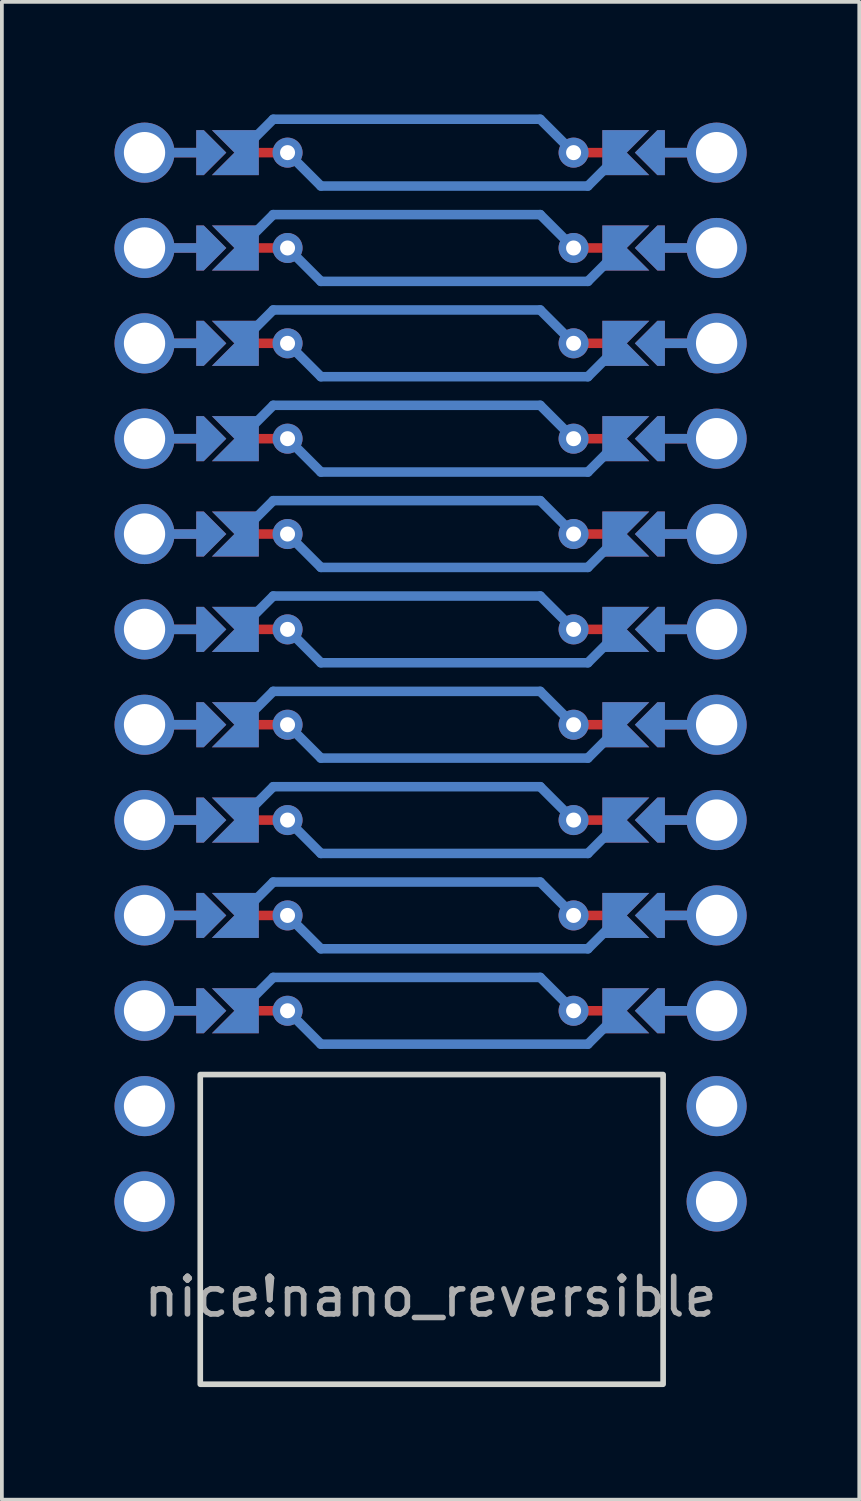
<source format=kicad_pcb>
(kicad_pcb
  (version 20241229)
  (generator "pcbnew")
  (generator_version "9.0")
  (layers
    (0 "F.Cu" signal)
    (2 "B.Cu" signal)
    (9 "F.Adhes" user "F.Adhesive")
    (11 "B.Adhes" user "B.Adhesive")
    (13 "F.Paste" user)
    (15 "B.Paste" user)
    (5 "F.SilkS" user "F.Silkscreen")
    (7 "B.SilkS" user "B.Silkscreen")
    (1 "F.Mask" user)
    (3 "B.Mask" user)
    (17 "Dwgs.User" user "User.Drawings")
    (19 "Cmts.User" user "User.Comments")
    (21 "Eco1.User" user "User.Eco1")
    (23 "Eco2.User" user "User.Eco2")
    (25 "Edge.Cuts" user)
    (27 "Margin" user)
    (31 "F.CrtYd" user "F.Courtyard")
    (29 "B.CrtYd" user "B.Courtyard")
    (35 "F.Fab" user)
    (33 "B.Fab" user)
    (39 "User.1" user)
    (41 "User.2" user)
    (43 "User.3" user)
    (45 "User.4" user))
  (footprint "nice!nano_reversible"
    (layer "F.Cu")
    (at 8.395 13.695)
    (property "Reference" "nice!nano_reversible" (at 0.025 17.801 0) (layer "F.Fab") (effects (font (size 1 1) (thickness 0.15))))
    (attr through_hole)
    (fp_line (start -7.595 -12.679) (end -5.817 -12.679) (stroke (width 0.254) (type default)) (layer "F.Cu"))
    (fp_line (start -7.595 -10.139) (end -5.817 -10.139) (stroke (width 0.254) (type default)) (layer "F.Cu"))
    (fp_line (start -7.595 -7.599) (end -5.817 -7.599) (stroke (width 0.254) (type default)) (layer "F.Cu"))
    (fp_line (start -7.595 -5.059) (end -5.817 -5.059) (stroke (width 0.254) (type default)) (layer "F.Cu"))
    (fp_line (start -7.595 -2.519) (end -5.817 -2.519) (stroke (width 0.254) (type default)) (layer "F.Cu"))
    (fp_line (start -7.595 0.021) (end -5.817 0.021) (stroke (width 0.254) (type default)) (layer "F.Cu"))
    (fp_line (start -7.595 2.561) (end -5.817 2.561) (stroke (width 0.254) (type default)) (layer "F.Cu"))
    (fp_line (start -7.595 5.101) (end -5.817 5.101) (stroke (width 0.254) (type default)) (layer "F.Cu"))
    (fp_line (start -7.595 7.641) (end -5.817 7.641) (stroke (width 0.254) (type default)) (layer "F.Cu"))
    (fp_line (start -7.595 10.181) (end -5.817 10.181) (stroke (width 0.254) (type default)) (layer "F.Cu"))
    (fp_line (start -3.785 -12.679) (end -5.055 -12.679) (stroke (width 0.254) (type default)) (layer "F.Cu"))
    (fp_line (start -3.785 -10.139) (end -5.055 -10.139) (stroke (width 0.254) (type default)) (layer "F.Cu"))
    (fp_line (start -3.785 -7.599) (end -5.055 -7.599) (stroke (width 0.254) (type default)) (layer "F.Cu"))
    (fp_line (start -3.785 -5.059) (end -5.055 -5.059) (stroke (width 0.254) (type default)) (layer "F.Cu"))
    (fp_line (start -3.785 -2.519) (end -5.055 -2.519) (stroke (width 0.254) (type default)) (layer "F.Cu"))
    (fp_line (start -3.785 0.021) (end -5.055 0.021) (stroke (width 0.254) (type default)) (layer "F.Cu"))
    (fp_line (start -3.785 2.561) (end -5.055 2.561) (stroke (width 0.254) (type default)) (layer "F.Cu"))
    (fp_line (start -3.785 5.101) (end -5.055 5.101) (stroke (width 0.254) (type default)) (layer "F.Cu"))
    (fp_line (start -3.785 7.641) (end -5.055 7.641) (stroke (width 0.254) (type default)) (layer "F.Cu"))
    (fp_line (start -3.785 10.181) (end -5.055 10.181) (stroke (width 0.254) (type default)) (layer "F.Cu"))
    (fp_line (start 3.835 -12.679) (end 5.105 -12.679) (stroke (width 0.254) (type default)) (layer "F.Cu"))
    (fp_line (start 3.835 -10.139) (end 5.105 -10.139) (stroke (width 0.254) (type default)) (layer "F.Cu"))
    (fp_line (start 3.835 -7.599) (end 5.105 -7.599) (stroke (width 0.254) (type default)) (layer "F.Cu"))
    (fp_line (start 3.835 -5.059) (end 5.105 -5.059) (stroke (width 0.254) (type default)) (layer "F.Cu"))
    (fp_line (start 3.835 -2.519) (end 5.105 -2.519) (stroke (width 0.254) (type default)) (layer "F.Cu"))
    (fp_line (start 3.835 0.021) (end 5.105 0.021) (stroke (width 0.254) (type default)) (layer "F.Cu"))
    (fp_line (start 3.835 2.561) (end 5.105 2.561) (stroke (width 0.254) (type default)) (layer "F.Cu"))
    (fp_line (start 3.835 5.101) (end 5.105 5.101) (stroke (width 0.254) (type default)) (layer "F.Cu"))
    (fp_line (start 3.835 7.641) (end 5.105 7.641) (stroke (width 0.254) (type default)) (layer "F.Cu"))
    (fp_line (start 3.835 10.181) (end 5.105 10.181) (stroke (width 0.254) (type default)) (layer "F.Cu"))
    (fp_line (start 7.645 -12.679) (end 5.867 -12.679) (stroke (width 0.254) (type default)) (layer "F.Cu"))
    (fp_line (start 7.645 -10.139) (end 5.867 -10.139) (stroke (width 0.254) (type default)) (layer "F.Cu"))
    (fp_line (start 7.645 -7.599) (end 5.867 -7.599) (stroke (width 0.254) (type default)) (layer "F.Cu"))
    (fp_line (start 7.645 -5.059) (end 5.867 -5.059) (stroke (width 0.254) (type default)) (layer "F.Cu"))
    (fp_line (start 7.645 -2.519) (end 5.867 -2.519) (stroke (width 0.254) (type default)) (layer "F.Cu"))
    (fp_line (start 7.645 0.021) (end 5.867 0.021) (stroke (width 0.254) (type default)) (layer "F.Cu"))
    (fp_line (start 7.645 2.561) (end 5.867 2.561) (stroke (width 0.254) (type default)) (layer "F.Cu"))
    (fp_line (start 7.645 5.101) (end 5.867 5.101) (stroke (width 0.254) (type default)) (layer "F.Cu"))
    (fp_line (start 7.645 7.641) (end 5.867 7.641) (stroke (width 0.254) (type default)) (layer "F.Cu"))
    (fp_line (start 7.645 10.181) (end 5.867 10.181) (stroke (width 0.254) (type default)) (layer "F.Cu"))
    (fp_rect (start -6.071 -13.187) (end -5.055 -12.171) (stroke (width 0.2) (type solid)) (fill yes) (layer "F.Mask"))
    (fp_rect (start -6.071 -10.647) (end -5.055 -9.631) (stroke (width 0.2) (type solid)) (fill yes) (layer "F.Mask"))
    (fp_rect (start -6.071 -8.107) (end -5.055 -7.091) (stroke (width 0.2) (type solid)) (fill yes) (layer "F.Mask"))
    (fp_rect (start -6.071 -5.567) (end -5.055 -4.551) (stroke (width 0.2) (type solid)) (fill yes) (layer "F.Mask"))
    (fp_rect (start -6.071 -3.027) (end -5.055 -2.011) (stroke (width 0.2) (type solid)) (fill yes) (layer "F.Mask"))
    (fp_rect (start -6.071 -0.487) (end -5.055 0.529) (stroke (width 0.2) (type solid)) (fill yes) (layer "F.Mask"))
    (fp_rect (start -6.071 2.053) (end -5.055 3.069) (stroke (width 0.2) (type solid)) (fill yes) (layer "F.Mask"))
    (fp_rect (start -6.071 4.593) (end -5.055 5.609) (stroke (width 0.2) (type solid)) (fill yes) (layer "F.Mask"))
    (fp_rect (start -6.071 7.133) (end -5.055 8.149) (stroke (width 0.2) (type solid)) (fill yes) (layer "F.Mask"))
    (fp_rect (start -6.071 9.673) (end -5.055 10.689) (stroke (width 0.2) (type solid)) (fill yes) (layer "F.Mask"))
    (fp_rect (start 5.105 -13.187) (end 6.121 -12.171) (stroke (width 0.2) (type solid)) (fill yes) (layer "F.Mask"))
    (fp_rect (start 5.105 -10.647) (end 6.121 -9.631) (stroke (width 0.2) (type solid)) (fill yes) (layer "F.Mask"))
    (fp_rect (start 5.105 -8.107) (end 6.121 -7.091) (stroke (width 0.2) (type solid)) (fill yes) (layer "F.Mask"))
    (fp_rect (start 5.105 -5.567) (end 6.121 -4.551) (stroke (width 0.2) (type solid)) (fill yes) (layer "F.Mask"))
    (fp_rect (start 5.105 -3.027) (end 6.121 -2.011) (stroke (width 0.2) (type solid)) (fill yes) (layer "F.Mask"))
    (fp_rect (start 5.105 -0.487) (end 6.121 0.529) (stroke (width 0.2) (type solid)) (fill yes) (layer "F.Mask"))
    (fp_rect (start 5.105 2.053) (end 6.121 3.069) (stroke (width 0.2) (type solid)) (fill yes) (layer "F.Mask"))
    (fp_rect (start 5.105 4.593) (end 6.121 5.609) (stroke (width 0.2) (type solid)) (fill yes) (layer "F.Mask"))
    (fp_rect (start 5.105 7.133) (end 6.121 8.149) (stroke (width 0.2) (type solid)) (fill yes) (layer "F.Mask"))
    (fp_rect (start 5.105 9.673) (end 6.121 10.689) (stroke (width 0.2) (type solid)) (fill yes) (layer "F.Mask"))
    (fp_line (start -7.595 -12.679) (end -5.817 -12.679) (stroke (width 0.254) (type default)) (layer "B.Cu"))
    (fp_line (start -7.595 -10.139) (end -5.817 -10.139) (stroke (width 0.254) (type default)) (layer "B.Cu"))
    (fp_line (start -7.595 -7.599) (end -5.817 -7.599) (stroke (width 0.254) (type default)) (layer "B.Cu"))
    (fp_line (start -7.595 -5.059) (end -5.817 -5.059) (stroke (width 0.254) (type default)) (layer "B.Cu"))
    (fp_line (start -7.595 -2.519) (end -5.817 -2.519) (stroke (width 0.254) (type default)) (layer "B.Cu"))
    (fp_line (start -7.595 0.021) (end -5.817 0.021) (stroke (width 0.254) (type default)) (layer "B.Cu"))
    (fp_line (start -7.595 2.561) (end -5.817 2.561) (stroke (width 0.254) (type default)) (layer "B.Cu"))
    (fp_line (start -7.595 5.101) (end -5.817 5.101) (stroke (width 0.254) (type default)) (layer "B.Cu"))
    (fp_line (start -7.595 7.641) (end -5.817 7.641) (stroke (width 0.254) (type default)) (layer "B.Cu"))
    (fp_line (start -7.595 10.181) (end -5.817 10.181) (stroke (width 0.254) (type default)) (layer "B.Cu"))
    (fp_line (start -4.166 -13.568) (end -5.055 -12.679) (stroke (width 0.254) (type default)) (layer "B.Cu"))
    (fp_line (start -4.166 -11.028) (end -5.055 -10.139) (stroke (width 0.254) (type default)) (layer "B.Cu"))
    (fp_line (start -4.166 -8.488) (end -5.055 -7.599) (stroke (width 0.254) (type default)) (layer "B.Cu"))
    (fp_line (start -4.166 -5.948) (end -5.055 -5.059) (stroke (width 0.254) (type default)) (layer "B.Cu"))
    (fp_line (start -4.166 -3.408) (end -5.055 -2.519) (stroke (width 0.254) (type default)) (layer "B.Cu"))
    (fp_line (start -4.166 -0.868) (end -5.055 0.021) (stroke (width 0.254) (type default)) (layer "B.Cu"))
    (fp_line (start -4.166 1.672) (end -5.055 2.561) (stroke (width 0.254) (type default)) (layer "B.Cu"))
    (fp_line (start -4.166 4.212) (end -5.055 5.101) (stroke (width 0.254) (type default)) (layer "B.Cu"))
    (fp_line (start -4.166 6.752) (end -5.055 7.641) (stroke (width 0.254) (type default)) (layer "B.Cu"))
    (fp_line (start -4.166 9.292) (end -5.055 10.181) (stroke (width 0.254) (type default)) (layer "B.Cu"))
    (fp_line (start -2.896 -11.79) (end -3.785 -12.679) (stroke (width 0.254) (type default)) (layer "B.Cu"))
    (fp_line (start -2.896 -11.79) (end 4.216 -11.79) (stroke (width 0.254) (type default)) (layer "B.Cu"))
    (fp_line (start -2.896 -9.25) (end -3.785 -10.139) (stroke (width 0.254) (type default)) (layer "B.Cu"))
    (fp_line (start -2.896 -9.25) (end 4.216 -9.25) (stroke (width 0.254) (type default)) (layer "B.Cu"))
    (fp_line (start -2.896 -6.71) (end -3.785 -7.599) (stroke (width 0.254) (type default)) (layer "B.Cu"))
    (fp_line (start -2.896 -6.71) (end 4.216 -6.71) (stroke (width 0.254) (type default)) (layer "B.Cu"))
    (fp_line (start -2.896 -4.17) (end -3.785 -5.059) (stroke (width 0.254) (type default)) (layer "B.Cu"))
    (fp_line (start -2.896 -4.17) (end 4.216 -4.17) (stroke (width 0.254) (type default)) (layer "B.Cu"))
    (fp_line (start -2.896 -1.63) (end -3.785 -2.519) (stroke (width 0.254) (type default)) (layer "B.Cu"))
    (fp_line (start -2.896 -1.63) (end 4.216 -1.63) (stroke (width 0.254) (type default)) (layer "B.Cu"))
    (fp_line (start -2.896 0.91) (end -3.785 0.021) (stroke (width 0.254) (type default)) (layer "B.Cu"))
    (fp_line (start -2.896 0.91) (end 4.216 0.91) (stroke (width 0.254) (type default)) (layer "B.Cu"))
    (fp_line (start -2.896 3.45) (end -3.785 2.561) (stroke (width 0.254) (type default)) (layer "B.Cu"))
    (fp_line (start -2.896 3.45) (end 4.216 3.45) (stroke (width 0.254) (type default)) (layer "B.Cu"))
    (fp_line (start -2.896 5.99) (end -3.785 5.101) (stroke (width 0.254) (type default)) (layer "B.Cu"))
    (fp_line (start -2.896 5.99) (end 4.216 5.99) (stroke (width 0.254) (type default)) (layer "B.Cu"))
    (fp_line (start -2.896 8.53) (end -3.785 7.641) (stroke (width 0.254) (type default)) (layer "B.Cu"))
    (fp_line (start -2.896 8.53) (end 4.216 8.53) (stroke (width 0.254) (type default)) (layer "B.Cu"))
    (fp_line (start -2.896 11.07) (end -3.785 10.181) (stroke (width 0.254) (type default)) (layer "B.Cu"))
    (fp_line (start -2.896 11.07) (end 4.216 11.07) (stroke (width 0.254) (type default)) (layer "B.Cu"))
    (fp_line (start 2.946 -13.568) (end -4.166 -13.568) (stroke (width 0.254) (type default)) (layer "B.Cu"))
    (fp_line (start 2.946 -13.568) (end 3.835 -12.679) (stroke (width 0.254) (type default)) (layer "B.Cu"))
    (fp_line (start 2.946 -11.028) (end -4.166 -11.028) (stroke (width 0.254) (type default)) (layer "B.Cu"))
    (fp_line (start 2.946 -11.028) (end 3.835 -10.139) (stroke (width 0.254) (type default)) (layer "B.Cu"))
    (fp_line (start 2.946 -8.488) (end -4.166 -8.488) (stroke (width 0.254) (type default)) (layer "B.Cu"))
    (fp_line (start 2.946 -8.488) (end 3.835 -7.599) (stroke (width 0.254) (type default)) (layer "B.Cu"))
    (fp_line (start 2.946 -5.948) (end -4.166 -5.948) (stroke (width 0.254) (type default)) (layer "B.Cu"))
    (fp_line (start 2.946 -5.948) (end 3.835 -5.059) (stroke (width 0.254) (type default)) (layer "B.Cu"))
    (fp_line (start 2.946 -3.408) (end -4.166 -3.408) (stroke (width 0.254) (type default)) (layer "B.Cu"))
    (fp_line (start 2.946 -3.408) (end 3.835 -2.519) (stroke (width 0.254) (type default)) (layer "B.Cu"))
    (fp_line (start 2.946 -0.868) (end -4.166 -0.868) (stroke (width 0.254) (type default)) (layer "B.Cu"))
    (fp_line (start 2.946 -0.868) (end 3.835 0.021) (stroke (width 0.254) (type default)) (layer "B.Cu"))
    (fp_line (start 2.946 1.672) (end -4.166 1.672) (stroke (width 0.254) (type default)) (layer "B.Cu"))
    (fp_line (start 2.946 1.672) (end 3.835 2.561) (stroke (width 0.254) (type default)) (layer "B.Cu"))
    (fp_line (start 2.946 4.212) (end -4.166 4.212) (stroke (width 0.254) (type default)) (layer "B.Cu"))
    (fp_line (start 2.946 4.212) (end 3.835 5.101) (stroke (width 0.254) (type default)) (layer "B.Cu"))
    (fp_line (start 2.946 6.752) (end -4.166 6.752) (stroke (width 0.254) (type default)) (layer "B.Cu"))
    (fp_line (start 2.946 6.752) (end 3.835 7.641) (stroke (width 0.254) (type default)) (layer "B.Cu"))
    (fp_line (start 2.946 9.292) (end -4.166 9.292) (stroke (width 0.254) (type default)) (layer "B.Cu"))
    (fp_line (start 2.946 9.292) (end 3.835 10.181) (stroke (width 0.254) (type default)) (layer "B.Cu"))
    (fp_line (start 4.216 -11.79) (end 5.105 -12.679) (stroke (width 0.254) (type default)) (layer "B.Cu"))
    (fp_line (start 4.216 -9.25) (end 5.105 -10.139) (stroke (width 0.254) (type default)) (layer "B.Cu"))
    (fp_line (start 4.216 -6.71) (end 5.105 -7.599) (stroke (width 0.254) (type default)) (layer "B.Cu"))
    (fp_line (start 4.216 -4.17) (end 5.105 -5.059) (stroke (width 0.254) (type default)) (layer "B.Cu"))
    (fp_line (start 4.216 -1.63) (end 5.105 -2.519) (stroke (width 0.254) (type default)) (layer "B.Cu"))
    (fp_line (start 4.216 0.91) (end 5.105 0.021) (stroke (width 0.254) (type default)) (layer "B.Cu"))
    (fp_line (start 4.216 3.45) (end 5.105 2.561) (stroke (width 0.254) (type default)) (layer "B.Cu"))
    (fp_line (start 4.216 5.99) (end 5.105 5.101) (stroke (width 0.254) (type default)) (layer "B.Cu"))
    (fp_line (start 4.216 8.53) (end 5.105 7.641) (stroke (width 0.254) (type default)) (layer "B.Cu"))
    (fp_line (start 4.216 11.07) (end 5.105 10.181) (stroke (width 0.254) (type default)) (layer "B.Cu"))
    (fp_line (start 7.645 -12.679) (end 5.867 -12.679) (stroke (width 0.254) (type default)) (layer "B.Cu"))
    (fp_line (start 7.645 -10.139) (end 5.867 -10.139) (stroke (width 0.254) (type default)) (layer "B.Cu"))
    (fp_line (start 7.645 -7.599) (end 5.867 -7.599) (stroke (width 0.254) (type default)) (layer "B.Cu"))
    (fp_line (start 7.645 -5.059) (end 5.867 -5.059) (stroke (width 0.254) (type default)) (layer "B.Cu"))
    (fp_line (start 7.645 -2.519) (end 5.867 -2.519) (stroke (width 0.254) (type default)) (layer "B.Cu"))
    (fp_line (start 7.645 0.021) (end 5.867 0.021) (stroke (width 0.254) (type default)) (layer "B.Cu"))
    (fp_line (start 7.645 2.561) (end 5.867 2.561) (stroke (width 0.254) (type default)) (layer "B.Cu"))
    (fp_line (start 7.645 5.101) (end 5.867 5.101) (stroke (width 0.254) (type default)) (layer "B.Cu"))
    (fp_line (start 7.645 7.641) (end 5.867 7.641) (stroke (width 0.254) (type default)) (layer "B.Cu"))
    (fp_line (start 7.645 10.181) (end 5.867 10.181) (stroke (width 0.254) (type default)) (layer "B.Cu"))
    (fp_rect (start -6.071 -13.187) (end -5.055 -12.171) (stroke (width 0.2) (type solid)) (fill yes) (layer "B.Mask"))
    (fp_rect (start -6.071 -10.647) (end -5.055 -9.631) (stroke (width 0.2) (type solid)) (fill yes) (layer "B.Mask"))
    (fp_rect (start -6.071 -8.107) (end -5.055 -7.091) (stroke (width 0.2) (type solid)) (fill yes) (layer "B.Mask"))
    (fp_rect (start -6.071 -5.567) (end -5.055 -4.551) (stroke (width 0.2) (type solid)) (fill yes) (layer "B.Mask"))
    (fp_rect (start -6.071 -3.027) (end -5.055 -2.011) (stroke (width 0.2) (type solid)) (fill yes) (layer "B.Mask"))
    (fp_rect (start -6.071 -0.487) (end -5.055 0.529) (stroke (width 0.2) (type solid)) (fill yes) (layer "B.Mask"))
    (fp_rect (start -6.071 2.053) (end -5.055 3.069) (stroke (width 0.2) (type solid)) (fill yes) (layer "B.Mask"))
    (fp_rect (start -6.071 4.593) (end -5.055 5.609) (stroke (width 0.2) (type solid)) (fill yes) (layer "B.Mask"))
    (fp_rect (start -6.071 7.133) (end -5.055 8.149) (stroke (width 0.2) (type solid)) (fill yes) (layer "B.Mask"))
    (fp_rect (start -6.071 9.673) (end -5.055 10.689) (stroke (width 0.2) (type solid)) (fill yes) (layer "B.Mask"))
    (fp_rect (start 5.105 -13.187) (end 6.121 -12.171) (stroke (width 0.2) (type solid)) (fill yes) (layer "B.Mask"))
    (fp_rect (start 5.105 -10.647) (end 6.121 -9.631) (stroke (width 0.2) (type solid)) (fill yes) (layer "B.Mask"))
    (fp_rect (start 5.105 -8.107) (end 6.121 -7.091) (stroke (width 0.2) (type solid)) (fill yes) (layer "B.Mask"))
    (fp_rect (start 5.105 -5.567) (end 6.121 -4.551) (stroke (width 0.2) (type solid)) (fill yes) (layer "B.Mask"))
    (fp_rect (start 5.105 -3.027) (end 6.121 -2.011) (stroke (width 0.2) (type solid)) (fill yes) (layer "B.Mask"))
    (fp_rect (start 5.105 -0.487) (end 6.121 0.529) (stroke (width 0.2) (type solid)) (fill yes) (layer "B.Mask"))
    (fp_rect (start 5.105 2.053) (end 6.121 3.069) (stroke (width 0.2) (type solid)) (fill yes) (layer "B.Mask"))
    (fp_rect (start 5.105 4.593) (end 6.121 5.609) (stroke (width 0.2) (type solid)) (fill yes) (layer "B.Mask"))
    (fp_rect (start 5.105 7.133) (end 6.121 8.149) (stroke (width 0.2) (type solid)) (fill yes) (layer "B.Mask"))
    (fp_rect (start 5.105 9.673) (end 6.121 10.689) (stroke (width 0.2) (type solid)) (fill yes) (layer "B.Mask"))
    (fp_rect (start -6.11 11.88) (end 6.22 20.13) (stroke (width 0.15) (type default)) (fill no) (layer "Edge.Cuts"))
    (pad "" thru_hole circle (at -7.595 -12.679 270) (size 1.6 1.6) (drill 1.1) (layers "*.Cu" "*.Paste" "*.Mask"))
    (pad "" thru_hole circle (at -7.595 -10.139 270) (size 1.6 1.6) (drill 1.1) (layers "*.Cu" "*.Paste" "*.Mask"))
    (pad "" thru_hole circle (at -7.595 -7.599 270) (size 1.6 1.6) (drill 1.1) (layers "*.Cu" "*.Paste" "*.Mask"))
    (pad "" thru_hole circle (at -7.595 -5.059 270) (size 1.6 1.6) (drill 1.1) (layers "*.Cu" "*.Paste" "*.Mask"))
    (pad "" thru_hole circle (at -7.595 -2.519 270) (size 1.6 1.6) (drill 1.1) (layers "*.Cu" "*.Paste" "*.Mask"))
    (pad "" thru_hole circle (at -7.595 0.021 270) (size 1.6 1.6) (drill 1.1) (layers "*.Cu" "*.Paste" "*.Mask"))
    (pad "" thru_hole circle (at -7.595 2.561 270) (size 1.6 1.6) (drill 1.1) (layers "*.Cu" "*.Paste" "*.Mask"))
    (pad "" thru_hole circle (at -7.595 5.101 270) (size 1.6 1.6) (drill 1.1) (layers "*.Cu" "*.Paste" "*.Mask"))
    (pad "" thru_hole circle (at -7.595 7.641 270) (size 1.6 1.6) (drill 1.1) (layers "*.Cu" "*.Paste" "*.Mask"))
    (pad "" thru_hole circle (at -7.595 10.181 270) (size 1.6 1.6) (drill 1.1) (layers "*.Cu" "*.Paste" "*.Mask"))
    (pad "" thru_hole circle (at -7.595 12.721 270) (size 1.6 1.6) (drill 1.1) (layers "*.Cu" "*.Paste" "*.Mask"))
    (pad "" thru_hole circle (at -7.595 15.261 270) (size 1.6 1.6) (drill 1.1) (layers "*.Cu" "*.Paste" "*.Mask"))
    (pad "" smd custom (at -5.817 -12.679 90) (size 0.1 0.1) (layers "F.Cu" "F.Mask") (options (anchor rect)) (primitives (gr_poly (pts (xy 0.6 -0.4) (xy -0.6 -0.4) (xy -0.6 -0.2) (xy 0 0.4) (xy 0.6 -0.2)) (width 0) (fill yes))))
    (pad "" smd custom (at -5.817 -12.679 90) (size 0.1 0.1) (layers "B.Cu" "B.Mask") (options (anchor rect)) (primitives (gr_poly (pts (xy 0.6 -0.4) (xy -0.6 -0.4) (xy -0.6 -0.2) (xy 0 0.4) (xy 0.6 -0.2)) (width 0) (fill yes))))
    (pad "" smd custom (at -5.817 -10.139 90) (size 0.1 0.1) (layers "F.Cu" "F.Mask") (options (anchor rect)) (primitives (gr_poly (pts (xy 0.6 -0.4) (xy -0.6 -0.4) (xy -0.6 -0.2) (xy 0 0.4) (xy 0.6 -0.2)) (width 0) (fill yes))))
    (pad "" smd custom (at -5.817 -10.139 90) (size 0.1 0.1) (layers "B.Cu" "B.Mask") (options (anchor rect)) (primitives (gr_poly (pts (xy 0.6 -0.4) (xy -0.6 -0.4) (xy -0.6 -0.2) (xy 0 0.4) (xy 0.6 -0.2)) (width 0) (fill yes))))
    (pad "" smd custom (at -5.817 -7.599 90) (size 0.1 0.1) (layers "F.Cu" "F.Mask") (options (anchor rect)) (primitives (gr_poly (pts (xy 0.6 -0.4) (xy -0.6 -0.4) (xy -0.6 -0.2) (xy 0 0.4) (xy 0.6 -0.2)) (width 0) (fill yes))))
    (pad "" smd custom (at -5.817 -7.599 90) (size 0.1 0.1) (layers "B.Cu" "B.Mask") (options (anchor rect)) (primitives (gr_poly (pts (xy 0.6 -0.4) (xy -0.6 -0.4) (xy -0.6 -0.2) (xy 0 0.4) (xy 0.6 -0.2)) (width 0) (fill yes))))
    (pad "" smd custom (at -5.817 -5.059 90) (size 0.1 0.1) (layers "F.Cu" "F.Mask") (options (anchor rect)) (primitives (gr_poly (pts (xy 0.6 -0.4) (xy -0.6 -0.4) (xy -0.6 -0.2) (xy 0 0.4) (xy 0.6 -0.2)) (width 0) (fill yes))))
    (pad "" smd custom (at -5.817 -5.059 90) (size 0.1 0.1) (layers "B.Cu" "B.Mask") (options (anchor rect)) (primitives (gr_poly (pts (xy 0.6 -0.4) (xy -0.6 -0.4) (xy -0.6 -0.2) (xy 0 0.4) (xy 0.6 -0.2)) (width 0) (fill yes))))
    (pad "" smd custom (at -5.817 -2.519 90) (size 0.1 0.1) (layers "F.Cu" "F.Mask") (options (anchor rect)) (primitives (gr_poly (pts (xy 0.6 -0.4) (xy -0.6 -0.4) (xy -0.6 -0.2) (xy 0 0.4) (xy 0.6 -0.2)) (width 0) (fill yes))))
    (pad "" smd custom (at -5.817 -2.519 90) (size 0.1 0.1) (layers "B.Cu" "B.Mask") (options (anchor rect)) (primitives (gr_poly (pts (xy 0.6 -0.4) (xy -0.6 -0.4) (xy -0.6 -0.2) (xy 0 0.4) (xy 0.6 -0.2)) (width 0) (fill yes))))
    (pad "" smd custom (at -5.817 0.021 90) (size 0.1 0.1) (layers "F.Cu" "F.Mask") (options (anchor rect)) (primitives (gr_poly (pts (xy 0.6 -0.4) (xy -0.6 -0.4) (xy -0.6 -0.2) (xy 0 0.4) (xy 0.6 -0.2)) (width 0) (fill yes))))
    (pad "" smd custom (at -5.817 0.021 90) (size 0.1 0.1) (layers "B.Cu" "B.Mask") (options (anchor rect)) (primitives (gr_poly (pts (xy 0.6 -0.4) (xy -0.6 -0.4) (xy -0.6 -0.2) (xy 0 0.4) (xy 0.6 -0.2)) (width 0) (fill yes))))
    (pad "" smd custom (at -5.817 2.561 90) (size 0.1 0.1) (layers "F.Cu" "F.Mask") (options (anchor rect)) (primitives (gr_poly (pts (xy 0.6 -0.4) (xy -0.6 -0.4) (xy -0.6 -0.2) (xy 0 0.4) (xy 0.6 -0.2)) (width 0) (fill yes))))
    (pad "" smd custom (at -5.817 2.561 90) (size 0.1 0.1) (layers "B.Cu" "B.Mask") (options (anchor rect)) (primitives (gr_poly (pts (xy 0.6 -0.4) (xy -0.6 -0.4) (xy -0.6 -0.2) (xy 0 0.4) (xy 0.6 -0.2)) (width 0) (fill yes))))
    (pad "" smd custom (at -5.817 5.101 90) (size 0.1 0.1) (layers "F.Cu" "F.Mask") (options (anchor rect)) (primitives (gr_poly (pts (xy 0.6 -0.4) (xy -0.6 -0.4) (xy -0.6 -0.2) (xy 0 0.4) (xy 0.6 -0.2)) (width 0) (fill yes))))
    (pad "" smd custom (at -5.817 5.101 90) (size 0.1 0.1) (layers "B.Cu" "B.Mask") (options (anchor rect)) (primitives (gr_poly (pts (xy 0.6 -0.4) (xy -0.6 -0.4) (xy -0.6 -0.2) (xy 0 0.4) (xy 0.6 -0.2)) (width 0) (fill yes))))
    (pad "" smd custom (at -5.817 7.641 90) (size 0.1 0.1) (layers "F.Cu" "F.Mask") (options (anchor rect)) (primitives (gr_poly (pts (xy 0.6 -0.4) (xy -0.6 -0.4) (xy -0.6 -0.2) (xy 0 0.4) (xy 0.6 -0.2)) (width 0) (fill yes))))
    (pad "" smd custom (at -5.817 7.641 90) (size 0.1 0.1) (layers "B.Cu" "B.Mask") (options (anchor rect)) (primitives (gr_poly (pts (xy 0.6 -0.4) (xy -0.6 -0.4) (xy -0.6 -0.2) (xy 0 0.4) (xy 0.6 -0.2)) (width 0) (fill yes))))
    (pad "" smd custom (at -5.817 10.181 90) (size 0.1 0.1) (layers "F.Cu" "F.Mask") (options (anchor rect)) (primitives (gr_poly (pts (xy 0.6 -0.4) (xy -0.6 -0.4) (xy -0.6 -0.2) (xy 0 0.4) (xy 0.6 -0.2)) (width 0) (fill yes))))
    (pad "" smd custom (at -5.817 10.181 90) (size 0.1 0.1) (layers "B.Cu" "B.Mask") (options (anchor rect)) (primitives (gr_poly (pts (xy 0.6 -0.4) (xy -0.6 -0.4) (xy -0.6 -0.2) (xy 0 0.4) (xy 0.6 -0.2)) (width 0) (fill yes))))
    (pad "" smd custom (at 5.867 -12.679 270) (size 0.1 0.1) (layers "F.Cu" "F.Mask") (options (anchor rect)) (primitives (gr_poly (pts (xy 0.6 -0.4) (xy -0.6 -0.4) (xy -0.6 -0.2) (xy 0 0.4) (xy 0.6 -0.2)) (width 0) (fill yes))))
    (pad "" smd custom (at 5.867 -12.679 270) (size 0.1 0.1) (layers "B.Cu" "B.Mask") (options (anchor rect)) (primitives (gr_poly (pts (xy 0.6 -0.4) (xy -0.6 -0.4) (xy -0.6 -0.2) (xy 0 0.4) (xy 0.6 -0.2)) (width 0) (fill yes))))
    (pad "" smd custom (at 5.867 -10.139 270) (size 0.1 0.1) (layers "F.Cu" "F.Mask") (options (anchor rect)) (primitives (gr_poly (pts (xy 0.6 -0.4) (xy -0.6 -0.4) (xy -0.6 -0.2) (xy 0 0.4) (xy 0.6 -0.2)) (width 0) (fill yes))))
    (pad "" smd custom (at 5.867 -10.139 270) (size 0.1 0.1) (layers "B.Cu" "B.Mask") (options (anchor rect)) (primitives (gr_poly (pts (xy 0.6 -0.4) (xy -0.6 -0.4) (xy -0.6 -0.2) (xy 0 0.4) (xy 0.6 -0.2)) (width 0) (fill yes))))
    (pad "" smd custom (at 5.867 -7.599 270) (size 0.1 0.1) (layers "F.Cu" "F.Mask") (options (anchor rect)) (primitives (gr_poly (pts (xy 0.6 -0.4) (xy -0.6 -0.4) (xy -0.6 -0.2) (xy 0 0.4) (xy 0.6 -0.2)) (width 0) (fill yes))))
    (pad "" smd custom (at 5.867 -7.599 270) (size 0.1 0.1) (layers "B.Cu" "B.Mask") (options (anchor rect)) (primitives (gr_poly (pts (xy 0.6 -0.4) (xy -0.6 -0.4) (xy -0.6 -0.2) (xy 0 0.4) (xy 0.6 -0.2)) (width 0) (fill yes))))
    (pad "" smd custom (at 5.867 -5.059 270) (size 0.1 0.1) (layers "F.Cu" "F.Mask") (options (anchor rect)) (primitives (gr_poly (pts (xy 0.6 -0.4) (xy -0.6 -0.4) (xy -0.6 -0.2) (xy 0 0.4) (xy 0.6 -0.2)) (width 0) (fill yes))))
    (pad "" smd custom (at 5.867 -5.059 270) (size 0.1 0.1) (layers "B.Cu" "B.Mask") (options (anchor rect)) (primitives (gr_poly (pts (xy 0.6 -0.4) (xy -0.6 -0.4) (xy -0.6 -0.2) (xy 0 0.4) (xy 0.6 -0.2)) (width 0) (fill yes))))
    (pad "" smd custom (at 5.867 -2.519 270) (size 0.1 0.1) (layers "F.Cu" "F.Mask") (options (anchor rect)) (primitives (gr_poly (pts (xy 0.6 -0.4) (xy -0.6 -0.4) (xy -0.6 -0.2) (xy 0 0.4) (xy 0.6 -0.2)) (width 0) (fill yes))))
    (pad "" smd custom (at 5.867 -2.519 270) (size 0.1 0.1) (layers "B.Cu" "B.Mask") (options (anchor rect)) (primitives (gr_poly (pts (xy 0.6 -0.4) (xy -0.6 -0.4) (xy -0.6 -0.2) (xy 0 0.4) (xy 0.6 -0.2)) (width 0) (fill yes))))
    (pad "" smd custom (at 5.867 0.021 270) (size 0.1 0.1) (layers "F.Cu" "F.Mask") (options (anchor rect)) (primitives (gr_poly (pts (xy 0.6 -0.4) (xy -0.6 -0.4) (xy -0.6 -0.2) (xy 0 0.4) (xy 0.6 -0.2)) (width 0) (fill yes))))
    (pad "" smd custom (at 5.867 0.021 270) (size 0.1 0.1) (layers "B.Cu" "B.Mask") (options (anchor rect)) (primitives (gr_poly (pts (xy 0.6 -0.4) (xy -0.6 -0.4) (xy -0.6 -0.2) (xy 0 0.4) (xy 0.6 -0.2)) (width 0) (fill yes))))
    (pad "" smd custom (at 5.867 2.561 270) (size 0.1 0.1) (layers "F.Cu" "F.Mask") (options (anchor rect)) (primitives (gr_poly (pts (xy 0.6 -0.4) (xy -0.6 -0.4) (xy -0.6 -0.2) (xy 0 0.4) (xy 0.6 -0.2)) (width 0) (fill yes))))
    (pad "" smd custom (at 5.867 2.561 270) (size 0.1 0.1) (layers "B.Cu" "B.Mask") (options (anchor rect)) (primitives (gr_poly (pts (xy 0.6 -0.4) (xy -0.6 -0.4) (xy -0.6 -0.2) (xy 0 0.4) (xy 0.6 -0.2)) (width 0) (fill yes))))
    (pad "" smd custom (at 5.867 5.101 270) (size 0.1 0.1) (layers "F.Cu" "F.Mask") (options (anchor rect)) (primitives (gr_poly (pts (xy 0.6 -0.4) (xy -0.6 -0.4) (xy -0.6 -0.2) (xy 0 0.4) (xy 0.6 -0.2)) (width 0) (fill yes))))
    (pad "" smd custom (at 5.867 5.101 270) (size 0.1 0.1) (layers "B.Cu" "B.Mask") (options (anchor rect)) (primitives (gr_poly (pts (xy 0.6 -0.4) (xy -0.6 -0.4) (xy -0.6 -0.2) (xy 0 0.4) (xy 0.6 -0.2)) (width 0) (fill yes))))
    (pad "" smd custom (at 5.867 7.641 270) (size 0.1 0.1) (layers "F.Cu" "F.Mask") (options (anchor rect)) (primitives (gr_poly (pts (xy 0.6 -0.4) (xy -0.6 -0.4) (xy -0.6 -0.2) (xy 0 0.4) (xy 0.6 -0.2)) (width 0) (fill yes))))
    (pad "" smd custom (at 5.867 7.641 270) (size 0.1 0.1) (layers "B.Cu" "B.Mask") (options (anchor rect)) (primitives (gr_poly (pts (xy 0.6 -0.4) (xy -0.6 -0.4) (xy -0.6 -0.2) (xy 0 0.4) (xy 0.6 -0.2)) (width 0) (fill yes))))
    (pad "" smd custom (at 5.867 10.181 270) (size 0.1 0.1) (layers "F.Cu" "F.Mask") (options (anchor rect)) (primitives (gr_poly (pts (xy 0.6 -0.4) (xy -0.6 -0.4) (xy -0.6 -0.2) (xy 0 0.4) (xy 0.6 -0.2)) (width 0) (fill yes))))
    (pad "" smd custom (at 5.867 10.181 270) (size 0.1 0.1) (layers "B.Cu" "B.Mask") (options (anchor rect)) (primitives (gr_poly (pts (xy 0.6 -0.4) (xy -0.6 -0.4) (xy -0.6 -0.2) (xy 0 0.4) (xy 0.6 -0.2)) (width 0) (fill yes))))
    (pad "" thru_hole circle (at 7.645 -12.679 270) (size 1.6 1.6) (drill 1.1) (layers "*.Cu" "*.Paste" "*.Mask"))
    (pad "" thru_hole circle (at 7.645 -10.139 270) (size 1.6 1.6) (drill 1.1) (layers "*.Cu" "*.Paste" "*.Mask"))
    (pad "" thru_hole circle (at 7.645 -7.599 270) (size 1.6 1.6) (drill 1.1) (layers "*.Cu" "*.Paste" "*.Mask"))
    (pad "" thru_hole circle (at 7.645 -5.059 270) (size 1.6 1.6) (drill 1.1) (layers "*.Cu" "*.Paste" "*.Mask"))
    (pad "" thru_hole circle (at 7.645 -2.519 270) (size 1.6 1.6) (drill 1.1) (layers "*.Cu" "*.Paste" "*.Mask"))
    (pad "" thru_hole circle (at 7.645 0.021 270) (size 1.6 1.6) (drill 1.1) (layers "*.Cu" "*.Paste" "*.Mask"))
    (pad "" thru_hole circle (at 7.645 2.561 270) (size 1.6 1.6) (drill 1.1) (layers "*.Cu" "*.Paste" "*.Mask"))
    (pad "" thru_hole circle (at 7.645 5.101 270) (size 1.6 1.6) (drill 1.1) (layers "*.Cu" "*.Paste" "*.Mask"))
    (pad "" thru_hole circle (at 7.645 7.641 270) (size 1.6 1.6) (drill 1.1) (layers "*.Cu" "*.Paste" "*.Mask"))
    (pad "" thru_hole circle (at 7.645 10.181 270) (size 1.6 1.6) (drill 1.1) (layers "*.Cu" "*.Paste" "*.Mask"))
    (pad "" thru_hole circle (at 7.645 12.721 270) (size 1.6 1.6) (drill 1.1) (layers "*.Cu" "*.Paste" "*.Mask"))
    (pad "" thru_hole circle (at 7.645 15.261 270) (size 1.6 1.6) (drill 1.1) (layers "*.Cu" "*.Paste" "*.Mask"))
    (pad "1" smd custom (at -4.801 -12.679 90) (size 1.2 0.5) (layers "B.Cu" "B.Mask") (options (anchor rect)) (primitives (gr_poly (pts (xy 0.6 0) (xy -0.6 0) (xy -0.6 -1) (xy 0 -0.4) (xy 0.6 -1)) (width 0) (fill yes))))
    (pad "1" thru_hole circle (at 3.835 -12.679 90) (size 0.8 0.8) (drill 0.4) (layers "*.Cu"))
    (pad "1" smd custom (at 4.851 -12.679 270) (size 1.2 0.5) (layers "F.Cu" "F.Mask") (options (anchor rect)) (primitives (gr_poly (pts (xy 0.6 0) (xy -0.6 0) (xy -0.6 -1) (xy 0 -0.4) (xy 0.6 -1)) (width 0) (fill yes))))
    (pad "2" smd custom (at -4.801 -10.139 90) (size 1.2 0.5) (layers "B.Cu" "B.Mask") (options (anchor rect)) (primitives (gr_poly (pts (xy 0.6 0) (xy -0.6 0) (xy -0.6 -1) (xy 0 -0.4) (xy 0.6 -1)) (width 0) (fill yes))))
    (pad "2" thru_hole circle (at 3.835 -10.139 90) (size 0.8 0.8) (drill 0.4) (layers "*.Cu"))
    (pad "2" smd custom (at 4.851 -10.139 270) (size 1.2 0.5) (layers "F.Cu" "F.Mask") (options (anchor rect)) (primitives (gr_poly (pts (xy 0.6 0) (xy -0.6 0) (xy -0.6 -1) (xy 0 -0.4) (xy 0.6 -1)) (width 0) (fill yes))))
    (pad "3" smd custom (at -4.801 -7.599 90) (size 1.2 0.5) (layers "B.Cu" "B.Mask") (options (anchor rect)) (primitives (gr_poly (pts (xy 0.6 0) (xy -0.6 0) (xy -0.6 -1) (xy 0 -0.4) (xy 0.6 -1)) (width 0) (fill yes))))
    (pad "3" thru_hole circle (at 3.835 -7.599 90) (size 0.8 0.8) (drill 0.4) (layers "*.Cu"))
    (pad "3" smd custom (at 4.851 -7.599 270) (size 1.2 0.5) (layers "F.Cu" "F.Mask") (options (anchor rect)) (primitives (gr_poly (pts (xy 0.6 0) (xy -0.6 0) (xy -0.6 -1) (xy 0 -0.4) (xy 0.6 -1)) (width 0) (fill yes))))
    (pad "4" smd custom (at -4.801 -5.059 90) (size 1.2 0.5) (layers "B.Cu" "B.Mask") (options (anchor rect)) (primitives (gr_poly (pts (xy 0.6 0) (xy -0.6 0) (xy -0.6 -1) (xy 0 -0.4) (xy 0.6 -1)) (width 0) (fill yes))))
    (pad "4" thru_hole circle (at 3.835 -5.059 90) (size 0.8 0.8) (drill 0.4) (layers "*.Cu"))
    (pad "4" smd custom (at 4.851 -5.059 270) (size 1.2 0.5) (layers "F.Cu" "F.Mask") (options (anchor rect)) (primitives (gr_poly (pts (xy 0.6 0) (xy -0.6 0) (xy -0.6 -1) (xy 0 -0.4) (xy 0.6 -1)) (width 0) (fill yes))))
    (pad "5" smd custom (at -4.801 -2.519 90) (size 1.2 0.5) (layers "B.Cu" "B.Mask") (options (anchor rect)) (primitives (gr_poly (pts (xy 0.6 0) (xy -0.6 0) (xy -0.6 -1) (xy 0 -0.4) (xy 0.6 -1)) (width 0) (fill yes))))
    (pad "5" thru_hole circle (at 3.835 -2.519 90) (size 0.8 0.8) (drill 0.4) (layers "*.Cu"))
    (pad "5" smd custom (at 4.851 -2.519 270) (size 1.2 0.5) (layers "F.Cu" "F.Mask") (options (anchor rect)) (primitives (gr_poly (pts (xy 0.6 0) (xy -0.6 0) (xy -0.6 -1) (xy 0 -0.4) (xy 0.6 -1)) (width 0) (fill yes))))
    (pad "6" smd custom (at -4.801 0.021 90) (size 1.2 0.5) (layers "B.Cu" "B.Mask") (options (anchor rect)) (primitives (gr_poly (pts (xy 0.6 0) (xy -0.6 0) (xy -0.6 -1) (xy 0 -0.4) (xy 0.6 -1)) (width 0) (fill yes))))
    (pad "6" thru_hole circle (at 3.835 0.021 90) (size 0.8 0.8) (drill 0.4) (layers "*.Cu"))
    (pad "6" smd custom (at 4.851 0.021 270) (size 1.2 0.5) (layers "F.Cu" "F.Mask") (options (anchor rect)) (primitives (gr_poly (pts (xy 0.6 0) (xy -0.6 0) (xy -0.6 -1) (xy 0 -0.4) (xy 0.6 -1)) (width 0) (fill yes))))
    (pad "7" smd custom (at -4.801 2.561 90) (size 1.2 0.5) (layers "B.Cu" "B.Mask") (options (anchor rect)) (primitives (gr_poly (pts (xy 0.6 0) (xy -0.6 0) (xy -0.6 -1) (xy 0 -0.4) (xy 0.6 -1)) (width 0) (fill yes))))
    (pad "7" thru_hole circle (at 3.835 2.561 90) (size 0.8 0.8) (drill 0.4) (layers "*.Cu"))
    (pad "7" smd custom (at 4.851 2.561 270) (size 1.2 0.5) (layers "F.Cu" "F.Mask") (options (anchor rect)) (primitives (gr_poly (pts (xy 0.6 0) (xy -0.6 0) (xy -0.6 -1) (xy 0 -0.4) (xy 0.6 -1)) (width 0) (fill yes))))
    (pad "8" smd custom (at -4.801 5.101 90) (size 1.2 0.5) (layers "B.Cu" "B.Mask") (options (anchor rect)) (primitives (gr_poly (pts (xy 0.6 0) (xy -0.6 0) (xy -0.6 -1) (xy 0 -0.4) (xy 0.6 -1)) (width 0) (fill yes))))
    (pad "8" thru_hole circle (at 3.835 5.101 90) (size 0.8 0.8) (drill 0.4) (layers "*.Cu"))
    (pad "8" smd custom (at 4.851 5.101 270) (size 1.2 0.5) (layers "F.Cu" "F.Mask") (options (anchor rect)) (primitives (gr_poly (pts (xy 0.6 0) (xy -0.6 0) (xy -0.6 -1) (xy 0 -0.4) (xy 0.6 -1)) (width 0) (fill yes))))
    (pad "9" smd custom (at -4.801 7.641 90) (size 1.2 0.5) (layers "B.Cu" "B.Mask") (options (anchor rect)) (primitives (gr_poly (pts (xy 0.6 0) (xy -0.6 0) (xy -0.6 -1) (xy 0 -0.4) (xy 0.6 -1)) (width 0) (fill yes))))
    (pad "9" thru_hole circle (at 3.835 7.641 90) (size 0.8 0.8) (drill 0.4) (layers "*.Cu"))
    (pad "9" smd custom (at 4.851 7.641 270) (size 1.2 0.5) (layers "F.Cu" "F.Mask") (options (anchor rect)) (primitives (gr_poly (pts (xy 0.6 0) (xy -0.6 0) (xy -0.6 -1) (xy 0 -0.4) (xy 0.6 -1)) (width 0) (fill yes))))
    (pad "10" smd custom (at -4.801 10.181 90) (size 1.2 0.5) (layers "B.Cu" "B.Mask") (options (anchor rect)) (primitives (gr_poly (pts (xy 0.6 0) (xy -0.6 0) (xy -0.6 -1) (xy 0 -0.4) (xy 0.6 -1)) (width 0) (fill yes))))
    (pad "10" thru_hole circle (at 3.835 10.181 90) (size 0.8 0.8) (drill 0.4) (layers "*.Cu"))
    (pad "10" smd custom (at 4.851 10.181 270) (size 1.2 0.5) (layers "F.Cu" "F.Mask") (options (anchor rect)) (primitives (gr_poly (pts (xy 0.6 0) (xy -0.6 0) (xy -0.6 -1) (xy 0 -0.4) (xy 0.6 -1)) (width 0) (fill yes))))
    (pad "15" smd custom (at -4.801 10.181 90) (size 1.2 0.5) (layers "F.Cu" "F.Mask") (options (anchor rect)) (primitives (gr_poly (pts (xy 0.6 0) (xy -0.6 0) (xy -0.6 -1) (xy 0 -0.4) (xy 0.6 -1)) (width 0) (fill yes))))
    (pad "15" thru_hole circle (at -3.785 10.181 90) (size 0.8 0.8) (drill 0.4) (layers "*.Cu"))
    (pad "15" smd custom (at 4.851 10.181 270) (size 1.2 0.5) (layers "B.Cu" "B.Mask") (options (anchor rect)) (primitives (gr_poly (pts (xy 0.6 0) (xy -0.6 0) (xy -0.6 -1) (xy 0 -0.4) (xy 0.6 -1)) (width 0) (fill yes))))
    (pad "16" smd custom (at -4.801 7.641 90) (size 1.2 0.5) (layers "F.Cu" "F.Mask") (options (anchor rect)) (primitives (gr_poly (pts (xy 0.6 0) (xy -0.6 0) (xy -0.6 -1) (xy 0 -0.4) (xy 0.6 -1)) (width 0) (fill yes))))
    (pad "16" thru_hole circle (at -3.785 7.641 90) (size 0.8 0.8) (drill 0.4) (layers "*.Cu"))
    (pad "16" smd custom (at 4.851 7.641 270) (size 1.2 0.5) (layers "B.Cu" "B.Mask") (options (anchor rect)) (primitives (gr_poly (pts (xy 0.6 0) (xy -0.6 0) (xy -0.6 -1) (xy 0 -0.4) (xy 0.6 -1)) (width 0) (fill yes))))
    (pad "17" smd custom (at -4.801 5.101 90) (size 1.2 0.5) (layers "F.Cu" "F.Mask") (options (anchor rect)) (primitives (gr_poly (pts (xy 0.6 0) (xy -0.6 0) (xy -0.6 -1) (xy 0 -0.4) (xy 0.6 -1)) (width 0) (fill yes))))
    (pad "17" thru_hole circle (at -3.785 5.101 90) (size 0.8 0.8) (drill 0.4) (layers "*.Cu"))
    (pad "17" smd custom (at 4.851 5.101 270) (size 1.2 0.5) (layers "B.Cu" "B.Mask") (options (anchor rect)) (primitives (gr_poly (pts (xy 0.6 0) (xy -0.6 0) (xy -0.6 -1) (xy 0 -0.4) (xy 0.6 -1)) (width 0) (fill yes))))
    (pad "18" smd custom (at -4.801 2.561 90) (size 1.2 0.5) (layers "F.Cu" "F.Mask") (options (anchor rect)) (primitives (gr_poly (pts (xy 0.6 0) (xy -0.6 0) (xy -0.6 -1) (xy 0 -0.4) (xy 0.6 -1)) (width 0) (fill yes))))
    (pad "18" thru_hole circle (at -3.785 2.561 90) (size 0.8 0.8) (drill 0.4) (layers "*.Cu"))
    (pad "18" smd custom (at 4.851 2.561 270) (size 1.2 0.5) (layers "B.Cu" "B.Mask") (options (anchor rect)) (primitives (gr_poly (pts (xy 0.6 0) (xy -0.6 0) (xy -0.6 -1) (xy 0 -0.4) (xy 0.6 -1)) (width 0) (fill yes))))
    (pad "19" smd custom (at -4.801 0.021 90) (size 1.2 0.5) (layers "F.Cu" "F.Mask") (options (anchor rect)) (primitives (gr_poly (pts (xy 0.6 0) (xy -0.6 0) (xy -0.6 -1) (xy 0 -0.4) (xy 0.6 -1)) (width 0) (fill yes))))
    (pad "19" thru_hole circle (at -3.785 0.021 90) (size 0.8 0.8) (drill 0.4) (layers "*.Cu"))
    (pad "19" smd custom (at 4.851 0.021 270) (size 1.2 0.5) (layers "B.Cu" "B.Mask") (options (anchor rect)) (primitives (gr_poly (pts (xy 0.6 0) (xy -0.6 0) (xy -0.6 -1) (xy 0 -0.4) (xy 0.6 -1)) (width 0) (fill yes))))
    (pad "20" smd custom (at -4.801 -2.519 90) (size 1.2 0.5) (layers "F.Cu" "F.Mask") (options (anchor rect)) (primitives (gr_poly (pts (xy 0.6 0) (xy -0.6 0) (xy -0.6 -1) (xy 0 -0.4) (xy 0.6 -1)) (width 0) (fill yes))))
    (pad "20" thru_hole circle (at -3.785 -2.519 90) (size 0.8 0.8) (drill 0.4) (layers "*.Cu"))
    (pad "20" smd custom (at 4.851 -2.519 270) (size 1.2 0.5) (layers "B.Cu" "B.Mask") (options (anchor rect)) (primitives (gr_poly (pts (xy 0.6 0) (xy -0.6 0) (xy -0.6 -1) (xy 0 -0.4) (xy 0.6 -1)) (width 0) (fill yes))))
    (pad "21" smd custom (at -4.801 -5.059 90) (size 1.2 0.5) (layers "F.Cu" "F.Mask") (options (anchor rect)) (primitives (gr_poly (pts (xy 0.6 0) (xy -0.6 0) (xy -0.6 -1) (xy 0 -0.4) (xy 0.6 -1)) (width 0) (fill yes))))
    (pad "21" thru_hole circle (at -3.785 -5.059 90) (size 0.8 0.8) (drill 0.4) (layers "*.Cu"))
    (pad "21" smd custom (at 4.851 -5.059 270) (size 1.2 0.5) (layers "B.Cu" "B.Mask") (options (anchor rect)) (primitives (gr_poly (pts (xy 0.6 0) (xy -0.6 0) (xy -0.6 -1) (xy 0 -0.4) (xy 0.6 -1)) (width 0) (fill yes))))
    (pad "22" smd custom (at -4.801 -7.599 90) (size 1.2 0.5) (layers "F.Cu" "F.Mask") (options (anchor rect)) (primitives (gr_poly (pts (xy 0.6 0) (xy -0.6 0) (xy -0.6 -1) (xy 0 -0.4) (xy 0.6 -1)) (width 0) (fill yes))))
    (pad "22" thru_hole circle (at -3.785 -7.599 90) (size 0.8 0.8) (drill 0.4) (layers "*.Cu"))
    (pad "22" smd custom (at 4.851 -7.599 270) (size 1.2 0.5) (layers "B.Cu" "B.Mask") (options (anchor rect)) (primitives (gr_poly (pts (xy 0.6 0) (xy -0.6 0) (xy -0.6 -1) (xy 0 -0.4) (xy 0.6 -1)) (width 0) (fill yes))))
    (pad "23" smd custom (at -4.801 -10.139 90) (size 1.2 0.5) (layers "F.Cu" "F.Mask") (options (anchor rect)) (primitives (gr_poly (pts (xy 0.6 0) (xy -0.6 0) (xy -0.6 -1) (xy 0 -0.4) (xy 0.6 -1)) (width 0) (fill yes))))
    (pad "23" thru_hole circle (at -3.785 -10.139 90) (size 0.8 0.8) (drill 0.4) (layers "*.Cu"))
    (pad "23" smd custom (at 4.851 -10.139 270) (size 1.2 0.5) (layers "B.Cu" "B.Mask") (options (anchor rect)) (primitives (gr_poly (pts (xy 0.6 0) (xy -0.6 0) (xy -0.6 -1) (xy 0 -0.4) (xy 0.6 -1)) (width 0) (fill yes))))
    (pad "24" smd custom (at -4.801 -12.679 90) (size 1.2 0.5) (layers "F.Cu" "F.Mask") (options (anchor rect)) (primitives (gr_poly (pts (xy 0.6 0) (xy -0.6 0) (xy -0.6 -1) (xy 0 -0.4) (xy 0.6 -1)) (width 0) (fill yes))))
    (pad "24" thru_hole circle (at -3.785 -12.679 90) (size 0.8 0.8) (drill 0.4) (layers "*.Cu"))
    (pad "24" smd custom (at 4.851 -12.679 270) (size 1.2 0.5) (layers "B.Cu" "B.Mask") (options (anchor rect)) (primitives (gr_poly (pts (xy 0.6 0) (xy -0.6 0) (xy -0.6 -1) (xy 0 -0.4) (xy 0.6 -1)) (width 0) (fill yes)))))
  (gr_rect
    (start -3 -3)
    (end 19.84 36.9)
    (stroke (width 0.1) (type default))
    (fill no)
    (layer "Edge.Cuts")))
</source>
